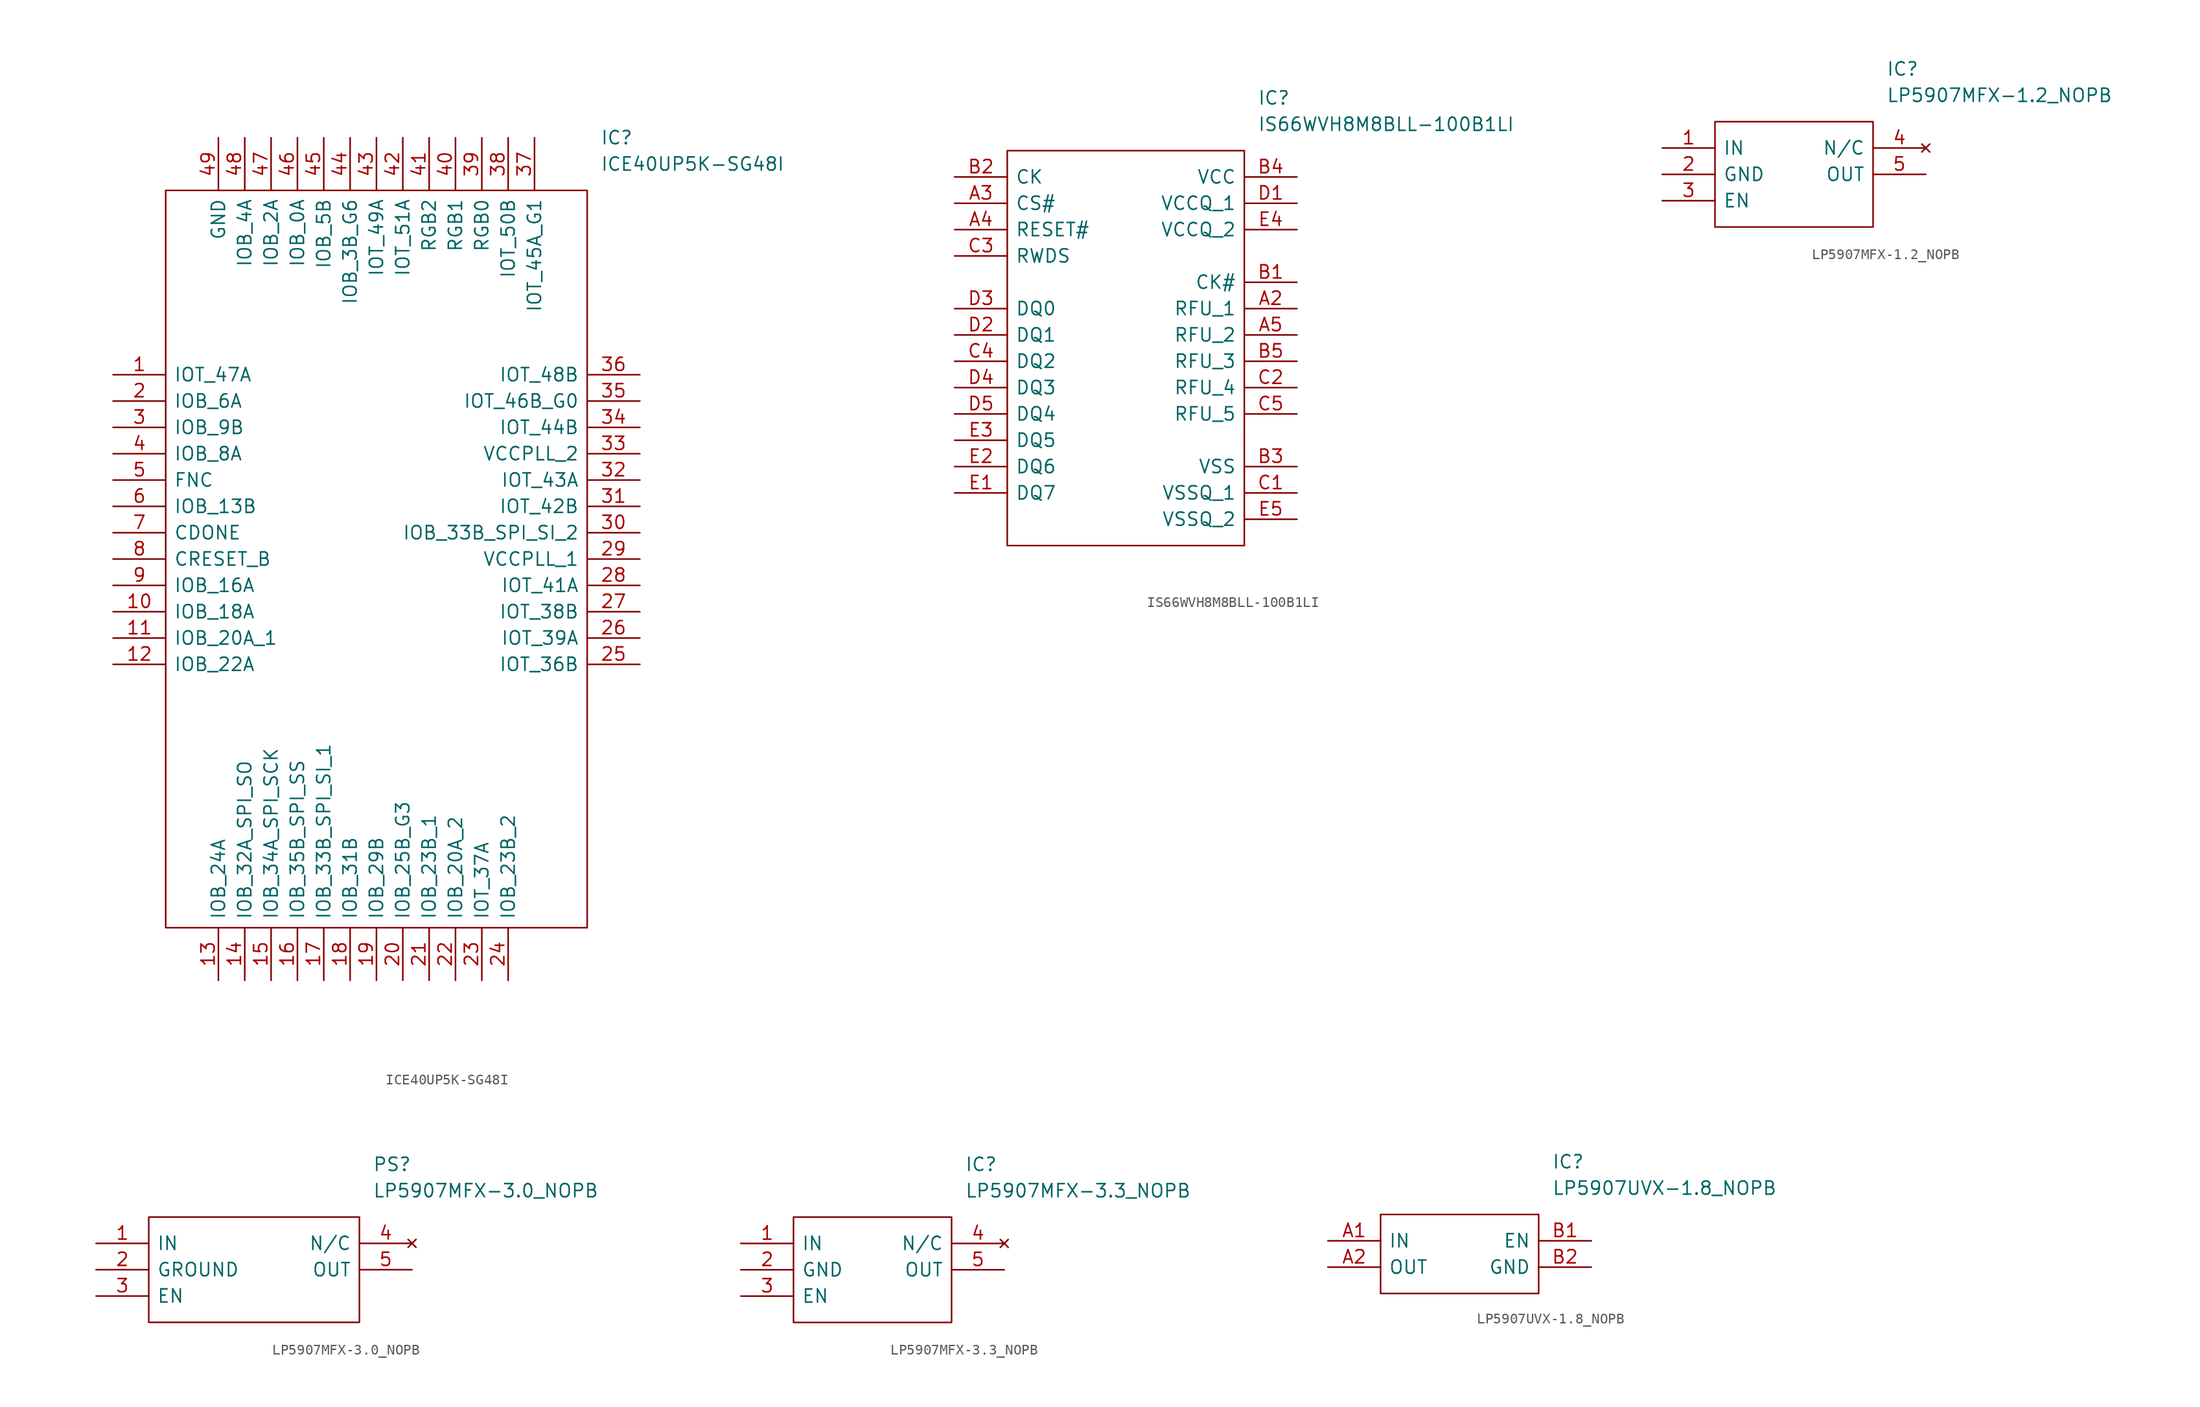
<source format=kicad_sym>
(kicad_symbol_lib
  (version 20231120)
  (generator "kicad_symbol_editor")
  (generator_version "8.0")
  (symbol "ICE40UP5K-SG48I"
    (pin_names
      (offset 0.762))
    (property "Reference" "IC"
      (at 46.99 22.86 0)
      (effects (font (size 1.27 1.27)) (justify left)))
    (property "Value" "ICE40UP5K-SG48I"
      (at 46.99 20.32 0)
      (effects (font (size 1.27 1.27)) (justify left)))
    (symbol "ICE40UP5K-SG48I_0_0"
      (pin passive line (at 0 0 0) (length 5.08) (name "IOT_47A" (effects (font (size 1.27 1.27)))) (number "1" (effects (font (size 1.27 1.27)))))
      (pin passive line (at 0 -22.86 0) (length 5.08) (name "IOB_18A" (effects (font (size 1.27 1.27)))) (number "10" (effects (font (size 1.27 1.27)))))
      (pin passive line (at 0 -25.4 0) (length 5.08) (name "IOB_20A_1" (effects (font (size 1.27 1.27)))) (number "11" (effects (font (size 1.27 1.27)))))
      (pin passive line (at 0 -27.94 0) (length 5.08) (name "IOB_22A" (effects (font (size 1.27 1.27)))) (number "12" (effects (font (size 1.27 1.27)))))
      (pin passive line (at 10.16 -58.42 90) (length 5.08) (name "IOB_24A" (effects (font (size 1.27 1.27)))) (number "13" (effects (font (size 1.27 1.27)))))
      (pin passive line (at 12.7 -58.42 90) (length 5.08) (name "IOB_32A_SPI_SO" (effects (font (size 1.27 1.27)))) (number "14" (effects (font (size 1.27 1.27)))))
      (pin passive line (at 15.24 -58.42 90) (length 5.08) (name "IOB_34A_SPI_SCK" (effects (font (size 1.27 1.27)))) (number "15" (effects (font (size 1.27 1.27)))))
      (pin passive line (at 17.78 -58.42 90) (length 5.08) (name "IOB_35B_SPI_SS" (effects (font (size 1.27 1.27)))) (number "16" (effects (font (size 1.27 1.27)))))
      (pin passive line (at 20.32 -58.42 90) (length 5.08) (name "IOB_33B_SPI_SI_1" (effects (font (size 1.27 1.27)))) (number "17" (effects (font (size 1.27 1.27)))))
      (pin passive line (at 22.86 -58.42 90) (length 5.08) (name "IOB_31B" (effects (font (size 1.27 1.27)))) (number "18" (effects (font (size 1.27 1.27)))))
      (pin passive line (at 25.4 -58.42 90) (length 5.08) (name "IOB_29B" (effects (font (size 1.27 1.27)))) (number "19" (effects (font (size 1.27 1.27)))))
      (pin passive line (at 0 -2.54 0) (length 5.08) (name "IOB_6A" (effects (font (size 1.27 1.27)))) (number "2" (effects (font (size 1.27 1.27)))))
      (pin passive line (at 27.94 -58.42 90) (length 5.08) (name "IOB_25B_G3" (effects (font (size 1.27 1.27)))) (number "20" (effects (font (size 1.27 1.27)))))
      (pin passive line (at 30.48 -58.42 90) (length 5.08) (name "IOB_23B_1" (effects (font (size 1.27 1.27)))) (number "21" (effects (font (size 1.27 1.27)))))
      (pin passive line (at 33.02 -58.42 90) (length 5.08) (name "IOB_20A_2" (effects (font (size 1.27 1.27)))) (number "22" (effects (font (size 1.27 1.27)))))
      (pin passive line (at 35.56 -58.42 90) (length 5.08) (name "IOT_37A" (effects (font (size 1.27 1.27)))) (number "23" (effects (font (size 1.27 1.27)))))
      (pin passive line (at 38.1 -58.42 90) (length 5.08) (name "IOB_23B_2" (effects (font (size 1.27 1.27)))) (number "24" (effects (font (size 1.27 1.27)))))
      (pin passive line (at 50.8 -27.94 180) (length 5.08) (name "IOT_36B" (effects (font (size 1.27 1.27)))) (number "25" (effects (font (size 1.27 1.27)))))
      (pin passive line (at 50.8 -25.4 180) (length 5.08) (name "IOT_39A" (effects (font (size 1.27 1.27)))) (number "26" (effects (font (size 1.27 1.27)))))
      (pin passive line (at 50.8 -22.86 180) (length 5.08) (name "IOT_38B" (effects (font (size 1.27 1.27)))) (number "27" (effects (font (size 1.27 1.27)))))
      (pin passive line (at 50.8 -20.32 180) (length 5.08) (name "IOT_41A" (effects (font (size 1.27 1.27)))) (number "28" (effects (font (size 1.27 1.27)))))
      (pin passive line (at 50.8 -17.78 180) (length 5.08) (name "VCCPLL_1" (effects (font (size 1.27 1.27)))) (number "29" (effects (font (size 1.27 1.27)))))
      (pin passive line (at 0 -5.08 0) (length 5.08) (name "IOB_9B" (effects (font (size 1.27 1.27)))) (number "3" (effects (font (size 1.27 1.27)))))
      (pin passive line (at 50.8 -15.24 180) (length 5.08) (name "IOB_33B_SPI_SI_2" (effects (font (size 1.27 1.27)))) (number "30" (effects (font (size 1.27 1.27)))))
      (pin passive line (at 50.8 -12.7 180) (length 5.08) (name "IOT_42B" (effects (font (size 1.27 1.27)))) (number "31" (effects (font (size 1.27 1.27)))))
      (pin passive line (at 50.8 -10.16 180) (length 5.08) (name "IOT_43A" (effects (font (size 1.27 1.27)))) (number "32" (effects (font (size 1.27 1.27)))))
      (pin passive line (at 50.8 -7.62 180) (length 5.08) (name "VCCPLL_2" (effects (font (size 1.27 1.27)))) (number "33" (effects (font (size 1.27 1.27)))))
      (pin passive line (at 50.8 -5.08 180) (length 5.08) (name "IOT_44B" (effects (font (size 1.27 1.27)))) (number "34" (effects (font (size 1.27 1.27)))))
      (pin passive line (at 50.8 -2.54 180) (length 5.08) (name "IOT_46B_G0" (effects (font (size 1.27 1.27)))) (number "35" (effects (font (size 1.27 1.27)))))
      (pin passive line (at 50.8 0 180) (length 5.08) (name "IOT_48B" (effects (font (size 1.27 1.27)))) (number "36" (effects (font (size 1.27 1.27)))))
      (pin passive line (at 40.64 22.86 270) (length 5.08) (name "IOT_45A_G1" (effects (font (size 1.27 1.27)))) (number "37" (effects (font (size 1.27 1.27)))))
      (pin passive line (at 38.1 22.86 270) (length 5.08) (name "IOT_50B" (effects (font (size 1.27 1.27)))) (number "38" (effects (font (size 1.27 1.27)))))
      (pin passive line (at 35.56 22.86 270) (length 5.08) (name "RGB0" (effects (font (size 1.27 1.27)))) (number "39" (effects (font (size 1.27 1.27)))))
      (pin passive line (at 0 -7.62 0) (length 5.08) (name "IOB_8A" (effects (font (size 1.27 1.27)))) (number "4" (effects (font (size 1.27 1.27)))))
      (pin passive line (at 33.02 22.86 270) (length 5.08) (name "RGB1" (effects (font (size 1.27 1.27)))) (number "40" (effects (font (size 1.27 1.27)))))
      (pin passive line (at 30.48 22.86 270) (length 5.08) (name "RGB2" (effects (font (size 1.27 1.27)))) (number "41" (effects (font (size 1.27 1.27)))))
      (pin passive line (at 27.94 22.86 270) (length 5.08) (name "IOT_51A" (effects (font (size 1.27 1.27)))) (number "42" (effects (font (size 1.27 1.27)))))
      (pin passive line (at 25.4 22.86 270) (length 5.08) (name "IOT_49A" (effects (font (size 1.27 1.27)))) (number "43" (effects (font (size 1.27 1.27)))))
      (pin passive line (at 22.86 22.86 270) (length 5.08) (name "IOB_3B_G6" (effects (font (size 1.27 1.27)))) (number "44" (effects (font (size 1.27 1.27)))))
      (pin passive line (at 20.32 22.86 270) (length 5.08) (name "IOB_5B" (effects (font (size 1.27 1.27)))) (number "45" (effects (font (size 1.27 1.27)))))
      (pin passive line (at 17.78 22.86 270) (length 5.08) (name "IOB_0A" (effects (font (size 1.27 1.27)))) (number "46" (effects (font (size 1.27 1.27)))))
      (pin passive line (at 15.24 22.86 270) (length 5.08) (name "IOB_2A" (effects (font (size 1.27 1.27)))) (number "47" (effects (font (size 1.27 1.27)))))
      (pin passive line (at 12.7 22.86 270) (length 5.08) (name "IOB_4A" (effects (font (size 1.27 1.27)))) (number "48" (effects (font (size 1.27 1.27)))))
      (pin passive line (at 10.16 22.86 270) (length 5.08) (name "GND" (effects (font (size 1.27 1.27)))) (number "49" (effects (font (size 1.27 1.27)))))
      (pin passive line (at 0 -10.16 0) (length 5.08) (name "FNC" (effects (font (size 1.27 1.27)))) (number "5" (effects (font (size 1.27 1.27)))))
      (pin passive line (at 0 -12.7 0) (length 5.08) (name "IOB_13B" (effects (font (size 1.27 1.27)))) (number "6" (effects (font (size 1.27 1.27)))))
      (pin passive line (at 0 -15.24 0) (length 5.08) (name "CDONE" (effects (font (size 1.27 1.27)))) (number "7" (effects (font (size 1.27 1.27)))))
      (pin passive line (at 0 -17.78 0) (length 5.08) (name "CRESET_B" (effects (font (size 1.27 1.27)))) (number "8" (effects (font (size 1.27 1.27)))))
      (pin passive line (at 0 -20.32 0) (length 5.08) (name "IOB_16A" (effects (font (size 1.27 1.27)))) (number "9" (effects (font (size 1.27 1.27))))))
    (symbol "ICE40UP5K-SG48I_0_1"
      (polyline (pts (xy 5.08 17.78) (xy 45.72 17.78) (xy 45.72 -53.34) (xy 5.08 -53.34) (xy 5.08 17.78)) (stroke (width 0.152) (type solid)) (fill (type none)))))
  (symbol "IS66WVH8M8BLL-100B1LI"
    (pin_names
      (offset 0.762))
    (property "Reference" "IC"
      (at 29.21 7.62 0)
      (effects (font (size 1.27 1.27)) (justify left)))
    (property "Value" "IS66WVH8M8BLL-100B1LI"
      (at 29.21 5.08 0)
      (effects (font (size 1.27 1.27)) (justify left)))
    (symbol "IS66WVH8M8BLL-100B1LI_0_0"
      (pin passive line (at 33.02 -12.7 180) (length 5.08) (name "RFU_1" (effects (font (size 1.27 1.27)))) (number "A2" (effects (font (size 1.27 1.27)))))
      (pin passive line (at 0 -2.54 0) (length 5.08) (name "CS#" (effects (font (size 1.27 1.27)))) (number "A3" (effects (font (size 1.27 1.27)))))
      (pin passive line (at 0 -5.08 0) (length 5.08) (name "RESET#" (effects (font (size 1.27 1.27)))) (number "A4" (effects (font (size 1.27 1.27)))))
      (pin passive line (at 33.02 -15.24 180) (length 5.08) (name "RFU_2" (effects (font (size 1.27 1.27)))) (number "A5" (effects (font (size 1.27 1.27)))))
      (pin passive line (at 33.02 -10.16 180) (length 5.08) (name "CK#" (effects (font (size 1.27 1.27)))) (number "B1" (effects (font (size 1.27 1.27)))))
      (pin passive line (at 0 0 0) (length 5.08) (name "CK" (effects (font (size 1.27 1.27)))) (number "B2" (effects (font (size 1.27 1.27)))))
      (pin passive line (at 33.02 -27.94 180) (length 5.08) (name "VSS" (effects (font (size 1.27 1.27)))) (number "B3" (effects (font (size 1.27 1.27)))))
      (pin passive line (at 33.02 0 180) (length 5.08) (name "VCC" (effects (font (size 1.27 1.27)))) (number "B4" (effects (font (size 1.27 1.27)))))
      (pin passive line (at 33.02 -17.78 180) (length 5.08) (name "RFU_3" (effects (font (size 1.27 1.27)))) (number "B5" (effects (font (size 1.27 1.27)))))
      (pin passive line (at 33.02 -30.48 180) (length 5.08) (name "VSSQ_1" (effects (font (size 1.27 1.27)))) (number "C1" (effects (font (size 1.27 1.27)))))
      (pin passive line (at 33.02 -20.32 180) (length 5.08) (name "RFU_4" (effects (font (size 1.27 1.27)))) (number "C2" (effects (font (size 1.27 1.27)))))
      (pin passive line (at 0 -7.62 0) (length 5.08) (name "RWDS" (effects (font (size 1.27 1.27)))) (number "C3" (effects (font (size 1.27 1.27)))))
      (pin passive line (at 0 -17.78 0) (length 5.08) (name "DQ2" (effects (font (size 1.27 1.27)))) (number "C4" (effects (font (size 1.27 1.27)))))
      (pin passive line (at 33.02 -22.86 180) (length 5.08) (name "RFU_5" (effects (font (size 1.27 1.27)))) (number "C5" (effects (font (size 1.27 1.27)))))
      (pin passive line (at 33.02 -2.54 180) (length 5.08) (name "VCCQ_1" (effects (font (size 1.27 1.27)))) (number "D1" (effects (font (size 1.27 1.27)))))
      (pin passive line (at 0 -15.24 0) (length 5.08) (name "DQ1" (effects (font (size 1.27 1.27)))) (number "D2" (effects (font (size 1.27 1.27)))))
      (pin passive line (at 0 -12.7 0) (length 5.08) (name "DQ0" (effects (font (size 1.27 1.27)))) (number "D3" (effects (font (size 1.27 1.27)))))
      (pin passive line (at 0 -20.32 0) (length 5.08) (name "DQ3" (effects (font (size 1.27 1.27)))) (number "D4" (effects (font (size 1.27 1.27)))))
      (pin passive line (at 0 -22.86 0) (length 5.08) (name "DQ4" (effects (font (size 1.27 1.27)))) (number "D5" (effects (font (size 1.27 1.27)))))
      (pin passive line (at 0 -30.48 0) (length 5.08) (name "DQ7" (effects (font (size 1.27 1.27)))) (number "E1" (effects (font (size 1.27 1.27)))))
      (pin passive line (at 0 -27.94 0) (length 5.08) (name "DQ6" (effects (font (size 1.27 1.27)))) (number "E2" (effects (font (size 1.27 1.27)))))
      (pin passive line (at 0 -25.4 0) (length 5.08) (name "DQ5" (effects (font (size 1.27 1.27)))) (number "E3" (effects (font (size 1.27 1.27)))))
      (pin passive line (at 33.02 -5.08 180) (length 5.08) (name "VCCQ_2" (effects (font (size 1.27 1.27)))) (number "E4" (effects (font (size 1.27 1.27)))))
      (pin passive line (at 33.02 -33.02 180) (length 5.08) (name "VSSQ_2" (effects (font (size 1.27 1.27)))) (number "E5" (effects (font (size 1.27 1.27))))))
    (symbol "IS66WVH8M8BLL-100B1LI_0_1"
      (polyline (pts (xy 5.08 2.54) (xy 27.94 2.54) (xy 27.94 -35.56) (xy 5.08 -35.56) (xy 5.08 2.54)) (stroke (width 0.152) (type solid)) (fill (type none)))))
  (symbol "LP5907MFX-1.2_NOPB"
    (pin_names
      (offset 0.762))
    (property "Reference" "IC"
      (at 21.59 7.62 0)
      (effects (font (size 1.27 1.27)) (justify left)))
    (property "Value" "LP5907MFX-1.2_NOPB"
      (at 21.59 5.08 0)
      (effects (font (size 1.27 1.27)) (justify left)))
    (symbol "LP5907MFX-1.2_NOPB_0_0"
      (pin passive line (at 0 0 0) (length 5.08) (name "IN" (effects (font (size 1.27 1.27)))) (number "1" (effects (font (size 1.27 1.27)))))
      (pin passive line (at 0 -2.54 0) (length 5.08) (name "GND" (effects (font (size 1.27 1.27)))) (number "2" (effects (font (size 1.27 1.27)))))
      (pin passive line (at 0 -5.08 0) (length 5.08) (name "EN" (effects (font (size 1.27 1.27)))) (number "3" (effects (font (size 1.27 1.27)))))
      (pin no_connect line (at 25.4 0 180) (length 5.08) (name "N/C" (effects (font (size 1.27 1.27)))) (number "4" (effects (font (size 1.27 1.27)))))
      (pin passive line (at 25.4 -2.54 180) (length 5.08) (name "OUT" (effects (font (size 1.27 1.27)))) (number "5" (effects (font (size 1.27 1.27))))))
    (symbol "LP5907MFX-1.2_NOPB_0_1"
      (polyline (pts (xy 5.08 2.54) (xy 20.32 2.54) (xy 20.32 -7.62) (xy 5.08 -7.62) (xy 5.08 2.54)) (stroke (width 0.152) (type solid)) (fill (type none)))))
  (symbol "LP5907MFX-3.0_NOPB"
    (pin_names
      (offset 0.762))
    (property "Reference" "PS"
      (at 26.67 7.62 0)
      (effects (font (size 1.27 1.27)) (justify left)))
    (property "Value" "LP5907MFX-3.0_NOPB"
      (at 26.67 5.08 0)
      (effects (font (size 1.27 1.27)) (justify left)))
    (symbol "LP5907MFX-3.0_NOPB_0_0"
      (pin power_in line (at 0 0 0) (length 5.08) (name "IN" (effects (font (size 1.27 1.27)))) (number "1" (effects (font (size 1.27 1.27)))))
      (pin power_in line (at 0 -2.54 0) (length 5.08) (name "GROUND" (effects (font (size 1.27 1.27)))) (number "2" (effects (font (size 1.27 1.27)))))
      (pin passive line (at 0 -5.08 0) (length 5.08) (name "EN" (effects (font (size 1.27 1.27)))) (number "3" (effects (font (size 1.27 1.27)))))
      (pin no_connect line (at 30.48 0 180) (length 5.08) (name "N/C" (effects (font (size 1.27 1.27)))) (number "4" (effects (font (size 1.27 1.27)))))
      (pin power_out line (at 30.48 -2.54 180) (length 5.08) (name "OUT" (effects (font (size 1.27 1.27)))) (number "5" (effects (font (size 1.27 1.27))))))
    (symbol "LP5907MFX-3.0_NOPB_0_1"
      (polyline (pts (xy 5.08 2.54) (xy 25.4 2.54) (xy 25.4 -7.62) (xy 5.08 -7.62) (xy 5.08 2.54)) (stroke (width 0.152) (type default)) (fill (type none)))))
  (symbol "LP5907MFX-3.3_NOPB"
    (pin_names
      (offset 0.762))
    (property "Reference" "IC"
      (at 21.59 7.62 0)
      (effects (font (size 1.27 1.27)) (justify left)))
    (property "Value" "LP5907MFX-3.3_NOPB"
      (at 21.59 5.08 0)
      (effects (font (size 1.27 1.27)) (justify left)))
    (symbol "LP5907MFX-3.3_NOPB_0_0"
      (pin passive line (at 0 0 0) (length 5.08) (name "IN" (effects (font (size 1.27 1.27)))) (number "1" (effects (font (size 1.27 1.27)))))
      (pin passive line (at 0 -2.54 0) (length 5.08) (name "GND" (effects (font (size 1.27 1.27)))) (number "2" (effects (font (size 1.27 1.27)))))
      (pin passive line (at 0 -5.08 0) (length 5.08) (name "EN" (effects (font (size 1.27 1.27)))) (number "3" (effects (font (size 1.27 1.27)))))
      (pin no_connect line (at 25.4 0 180) (length 5.08) (name "N/C" (effects (font (size 1.27 1.27)))) (number "4" (effects (font (size 1.27 1.27)))))
      (pin passive line (at 25.4 -2.54 180) (length 5.08) (name "OUT" (effects (font (size 1.27 1.27)))) (number "5" (effects (font (size 1.27 1.27))))))
    (symbol "LP5907MFX-3.3_NOPB_0_1"
      (polyline (pts (xy 5.08 2.54) (xy 20.32 2.54) (xy 20.32 -7.62) (xy 5.08 -7.62) (xy 5.08 2.54)) (stroke (width 0.152) (type solid)) (fill (type none)))))
  (symbol "LP5907UVX-1.8_NOPB"
    (pin_names
      (offset 0.762))
    (property "Reference" "IC"
      (at 21.59 7.62 0)
      (effects (font (size 1.27 1.27)) (justify left)))
    (property "Value" "LP5907UVX-1.8_NOPB"
      (at 21.59 5.08 0)
      (effects (font (size 1.27 1.27)) (justify left)))
    (symbol "LP5907UVX-1.8_NOPB_0_0"
      (pin passive line (at 0 0 0) (length 5.08) (name "IN" (effects (font (size 1.27 1.27)))) (number "A1" (effects (font (size 1.27 1.27)))))
      (pin passive line (at 0 -2.54 0) (length 5.08) (name "OUT" (effects (font (size 1.27 1.27)))) (number "A2" (effects (font (size 1.27 1.27)))))
      (pin passive line (at 25.4 0 180) (length 5.08) (name "EN" (effects (font (size 1.27 1.27)))) (number "B1" (effects (font (size 1.27 1.27)))))
      (pin passive line (at 25.4 -2.54 180) (length 5.08) (name "GND" (effects (font (size 1.27 1.27)))) (number "B2" (effects (font (size 1.27 1.27))))))
    (symbol "LP5907UVX-1.8_NOPB_0_1"
      (polyline (pts (xy 5.08 2.54) (xy 20.32 2.54) (xy 20.32 -5.08) (xy 5.08 -5.08) (xy 5.08 2.54)) (stroke (width 0.152) (type solid)) (fill (type none))))))
</source>
